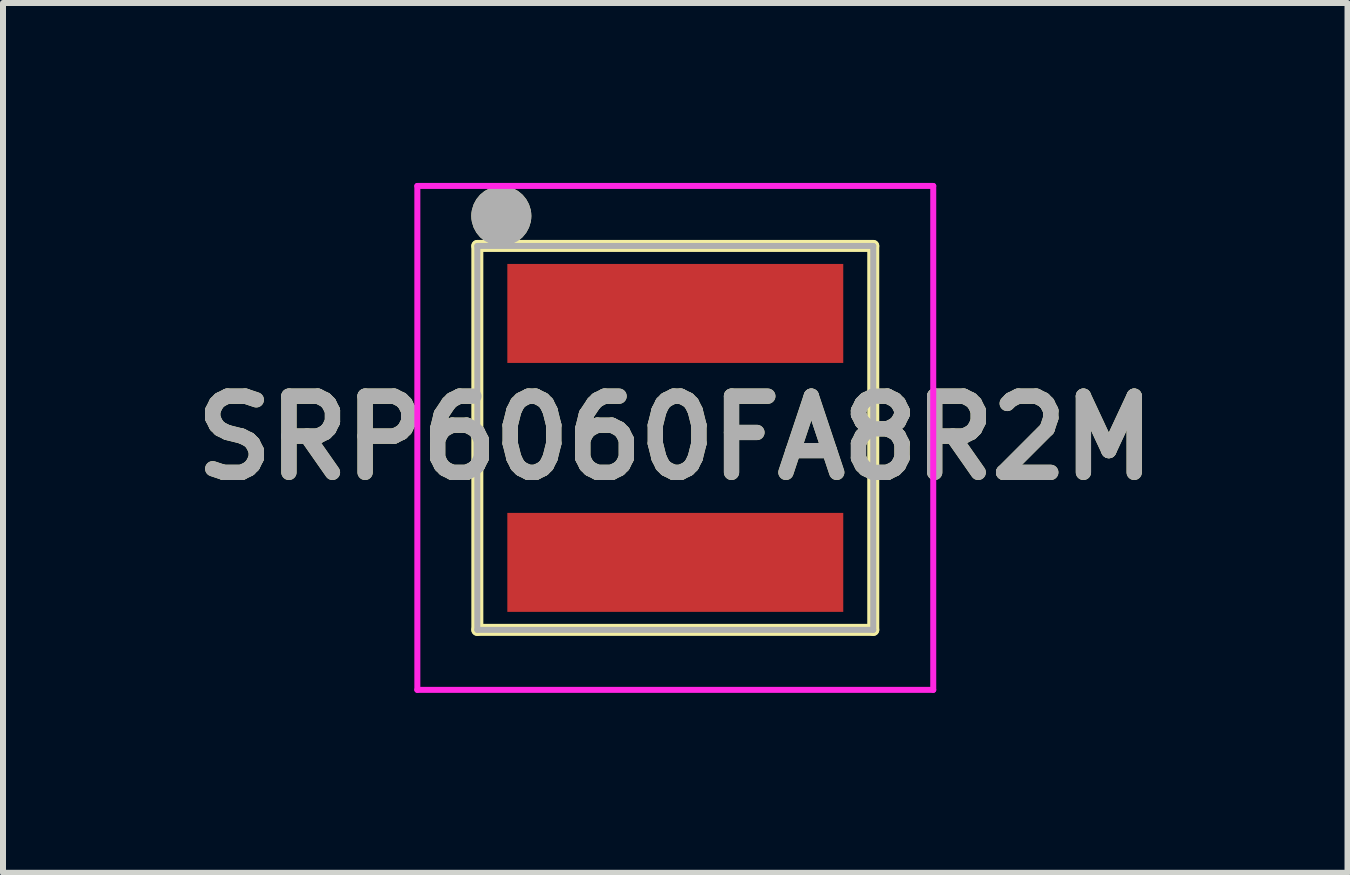
<source format=kicad_pcb>
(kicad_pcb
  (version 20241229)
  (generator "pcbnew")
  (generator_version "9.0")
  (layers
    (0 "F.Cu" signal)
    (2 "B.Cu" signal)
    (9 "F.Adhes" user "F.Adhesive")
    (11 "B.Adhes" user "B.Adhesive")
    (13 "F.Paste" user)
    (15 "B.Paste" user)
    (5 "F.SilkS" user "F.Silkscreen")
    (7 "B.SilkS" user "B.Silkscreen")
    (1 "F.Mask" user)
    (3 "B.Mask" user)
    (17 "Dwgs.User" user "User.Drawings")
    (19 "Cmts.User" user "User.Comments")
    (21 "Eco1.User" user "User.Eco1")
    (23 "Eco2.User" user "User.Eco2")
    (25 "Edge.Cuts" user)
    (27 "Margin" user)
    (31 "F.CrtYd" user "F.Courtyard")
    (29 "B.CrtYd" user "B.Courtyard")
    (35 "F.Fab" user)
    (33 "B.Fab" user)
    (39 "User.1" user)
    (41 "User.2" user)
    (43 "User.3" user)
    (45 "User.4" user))
  (footprint "SRP6060FA8R2M"
    (layer "F.Cu")
    (at 8.207 4.25)
    (property "Reference" "SRP6060FA8R2M" (at 0 0 0) (layer "F.SilkS") (effects (font (size 1.27 1.27) (thickness 0.254))))
    (attr smd)
    (fp_line (start -3.3 -3.2) (end 3.3 -3.2) (stroke (width 0.2) (type solid)) (layer "F.SilkS"))
    (fp_line (start -3.3 3.2) (end -3.3 -3.2) (stroke (width 0.2) (type solid)) (layer "F.SilkS"))
    (fp_line (start 3.3 -3.2) (end 3.3 3.2) (stroke (width 0.2) (type solid)) (layer "F.SilkS"))
    (fp_line (start 3.3 3.2) (end -3.3 3.2) (stroke (width 0.2) (type solid)) (layer "F.SilkS"))
    (fp_circle (center -2.9 -3.7) (end -2.9 -3.7) (stroke (width 0.5) (type default)) (fill no) (layer "F.SilkS"))
    (fp_line (start -4.3 -4.2) (end 4.3 -4.2) (stroke (width 0.1) (type solid)) (layer "F.CrtYd"))
    (fp_line (start -4.3 4.2) (end -4.3 -4.2) (stroke (width 0.1) (type solid)) (layer "F.CrtYd"))
    (fp_line (start 4.3 -4.2) (end 4.3 4.2) (stroke (width 0.1) (type solid)) (layer "F.CrtYd"))
    (fp_line (start 4.3 4.2) (end -4.3 4.2) (stroke (width 0.1) (type solid)) (layer "F.CrtYd"))
    (fp_line (start -3.3 -3.2) (end -3.3 3.2) (stroke (width 0.1) (type solid)) (layer "F.Fab"))
    (fp_line (start -3.3 3.2) (end 3.3 3.2) (stroke (width 0.1) (type solid)) (layer "F.Fab"))
    (fp_line (start 3.3 -3.2) (end -3.3 -3.2) (stroke (width 0.1) (type solid)) (layer "F.Fab"))
    (fp_line (start 3.3 3.2) (end 3.3 -3.2) (stroke (width 0.1) (type solid)) (layer "F.Fab"))
    (fp_circle (center -2.9 -3.7) (end -2.9 -3.7) (stroke (width 0.5) (type default)) (fill no) (layer "F.Fab"))
    (fp_text user "${REFERENCE}" (at 0 0 0) (layer "F.Fab") (effects (font (size 1.27 1.27) (thickness 0.254))))
    (pad "1" smd rect (at 0 -2.075 90) (size 1.65 5.6) (layers "F.Cu" "F.Mask" "F.Paste"))
    (pad "2" smd rect (at 0 2.075 90) (size 1.65 5.6) (layers "F.Cu" "F.Mask" "F.Paste")))
  (gr_rect
    (start -3 -3)
    (end 19.413 11.5)
    (stroke (width 0.1) (type default))
    (fill no)
    (layer "Edge.Cuts")))
</source>
